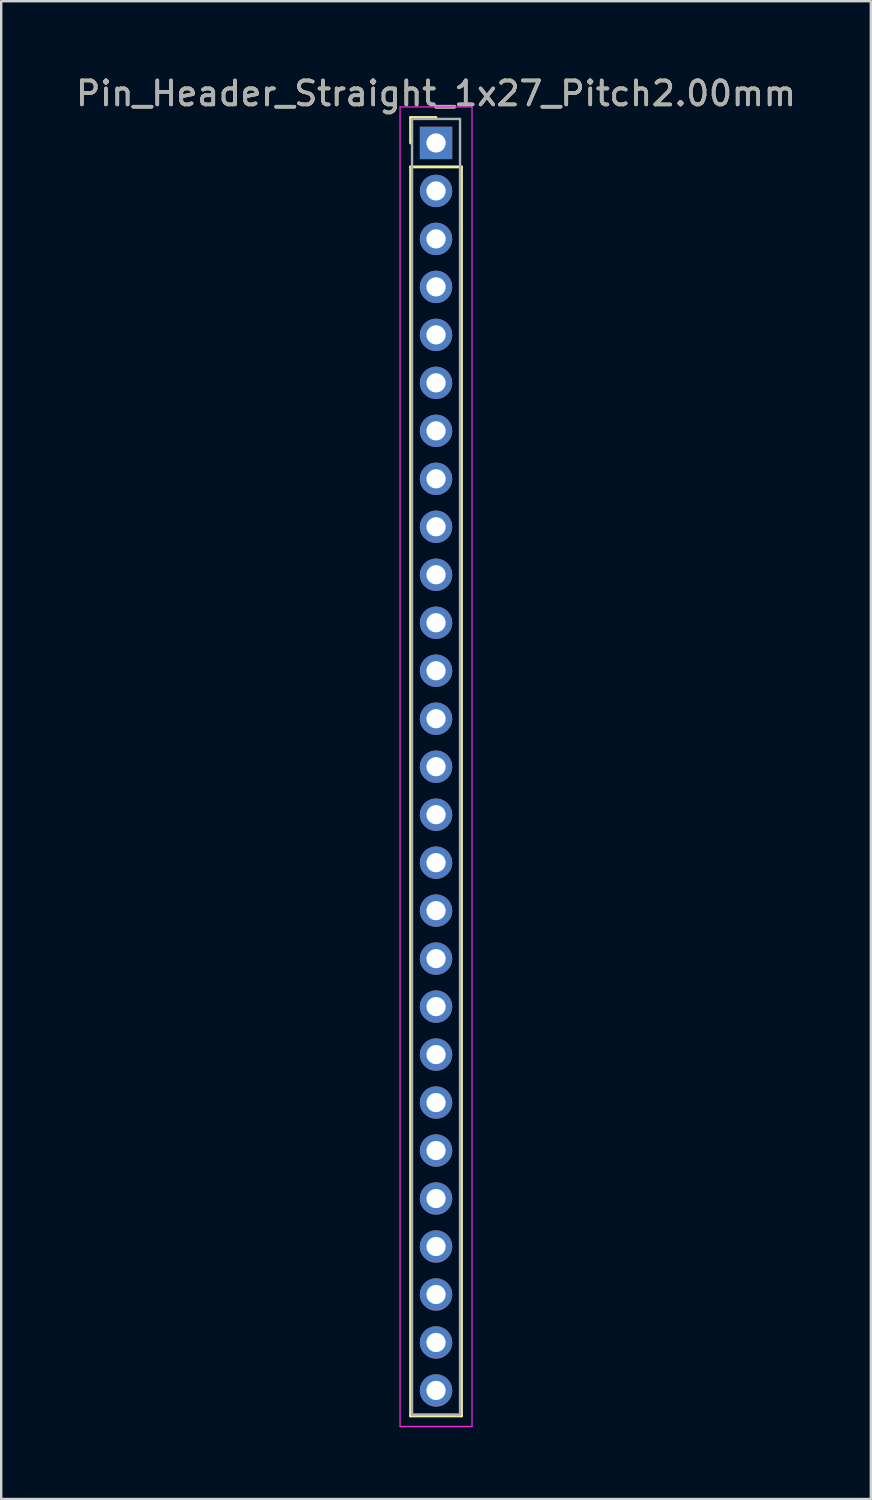
<source format=kicad_pcb>
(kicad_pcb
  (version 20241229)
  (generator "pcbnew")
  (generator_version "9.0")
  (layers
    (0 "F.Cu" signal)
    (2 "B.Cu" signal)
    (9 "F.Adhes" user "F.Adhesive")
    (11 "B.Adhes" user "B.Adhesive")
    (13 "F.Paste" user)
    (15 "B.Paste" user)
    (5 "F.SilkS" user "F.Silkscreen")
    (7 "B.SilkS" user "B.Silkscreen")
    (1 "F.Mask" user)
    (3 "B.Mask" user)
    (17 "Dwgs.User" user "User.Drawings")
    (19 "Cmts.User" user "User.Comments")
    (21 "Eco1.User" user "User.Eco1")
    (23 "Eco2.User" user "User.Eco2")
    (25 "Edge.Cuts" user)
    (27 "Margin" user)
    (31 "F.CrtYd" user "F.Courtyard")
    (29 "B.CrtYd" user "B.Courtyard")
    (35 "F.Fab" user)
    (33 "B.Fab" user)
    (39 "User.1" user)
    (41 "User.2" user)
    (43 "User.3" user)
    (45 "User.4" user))
  (footprint "Pin_Header_Straight_1x27_Pitch2.00mm"
    (layer "F.Cu")
    (at 15.125 2.908)
    (property "Reference" "Pin_Header_Straight_1x27_Pitch2.00mm" (at 0 -2.06 0) (layer "F.SilkS") (effects (font (size 1 1) (thickness 0.15))))
    (attr through_hole)
    (fp_line (start -1.06 -1.06) (end 0 -1.06) (stroke (width 0.12) (type solid)) (layer "F.SilkS"))
    (fp_line (start -1.06 0) (end -1.06 -1.06) (stroke (width 0.12) (type solid)) (layer "F.SilkS"))
    (fp_line (start -1.06 1) (end -1.06 53.06) (stroke (width 0.12) (type solid)) (layer "F.SilkS"))
    (fp_line (start -1.06 53.06) (end 1.06 53.06) (stroke (width 0.12) (type solid)) (layer "F.SilkS"))
    (fp_line (start 1.06 1) (end -1.06 1) (stroke (width 0.12) (type solid)) (layer "F.SilkS"))
    (fp_line (start 1.06 53.06) (end 1.06 1) (stroke (width 0.12) (type solid)) (layer "F.SilkS"))
    (fp_line (start -1.5 -1.5) (end -1.5 53.5) (stroke (width 0.05) (type solid)) (layer "F.CrtYd"))
    (fp_line (start -1.5 53.5) (end 1.5 53.5) (stroke (width 0.05) (type solid)) (layer "F.CrtYd"))
    (fp_line (start 1.5 -1.5) (end -1.5 -1.5) (stroke (width 0.05) (type solid)) (layer "F.CrtYd"))
    (fp_line (start 1.5 53.5) (end 1.5 -1.5) (stroke (width 0.05) (type solid)) (layer "F.CrtYd"))
    (fp_line (start -1 -1) (end -1 53) (stroke (width 0.1) (type solid)) (layer "F.Fab"))
    (fp_line (start -1 53) (end 1 53) (stroke (width 0.1) (type solid)) (layer "F.Fab"))
    (fp_line (start 1 -1) (end -1 -1) (stroke (width 0.1) (type solid)) (layer "F.Fab"))
    (fp_line (start 1 53) (end 1 -1) (stroke (width 0.1) (type solid)) (layer "F.Fab"))
    (fp_text user "${REFERENCE}" (at 0 -2.06 0) (layer "F.Fab") (effects (font (size 1 1) (thickness 0.15))))
    (pad "1" thru_hole rect (at 0 0) (size 1.35 1.35) (drill 0.8) (layers "*.Cu" "*.Mask"))
    (pad "2" thru_hole oval (at 0 2) (size 1.35 1.35) (drill 0.8) (layers "*.Cu" "*.Mask"))
    (pad "3" thru_hole oval (at 0 4) (size 1.35 1.35) (drill 0.8) (layers "*.Cu" "*.Mask"))
    (pad "4" thru_hole oval (at 0 6) (size 1.35 1.35) (drill 0.8) (layers "*.Cu" "*.Mask"))
    (pad "5" thru_hole oval (at 0 8) (size 1.35 1.35) (drill 0.8) (layers "*.Cu" "*.Mask"))
    (pad "6" thru_hole oval (at 0 10) (size 1.35 1.35) (drill 0.8) (layers "*.Cu" "*.Mask"))
    (pad "7" thru_hole oval (at 0 12) (size 1.35 1.35) (drill 0.8) (layers "*.Cu" "*.Mask"))
    (pad "8" thru_hole oval (at 0 14) (size 1.35 1.35) (drill 0.8) (layers "*.Cu" "*.Mask"))
    (pad "9" thru_hole oval (at 0 16) (size 1.35 1.35) (drill 0.8) (layers "*.Cu" "*.Mask"))
    (pad "10" thru_hole oval (at 0 18) (size 1.35 1.35) (drill 0.8) (layers "*.Cu" "*.Mask"))
    (pad "11" thru_hole oval (at 0 20) (size 1.35 1.35) (drill 0.8) (layers "*.Cu" "*.Mask"))
    (pad "12" thru_hole oval (at 0 22) (size 1.35 1.35) (drill 0.8) (layers "*.Cu" "*.Mask"))
    (pad "13" thru_hole oval (at 0 24) (size 1.35 1.35) (drill 0.8) (layers "*.Cu" "*.Mask"))
    (pad "14" thru_hole oval (at 0 26) (size 1.35 1.35) (drill 0.8) (layers "*.Cu" "*.Mask"))
    (pad "15" thru_hole oval (at 0 28) (size 1.35 1.35) (drill 0.8) (layers "*.Cu" "*.Mask"))
    (pad "16" thru_hole oval (at 0 30) (size 1.35 1.35) (drill 0.8) (layers "*.Cu" "*.Mask"))
    (pad "17" thru_hole oval (at 0 32) (size 1.35 1.35) (drill 0.8) (layers "*.Cu" "*.Mask"))
    (pad "18" thru_hole oval (at 0 34) (size 1.35 1.35) (drill 0.8) (layers "*.Cu" "*.Mask"))
    (pad "19" thru_hole oval (at 0 36) (size 1.35 1.35) (drill 0.8) (layers "*.Cu" "*.Mask"))
    (pad "20" thru_hole oval (at 0 38) (size 1.35 1.35) (drill 0.8) (layers "*.Cu" "*.Mask"))
    (pad "21" thru_hole oval (at 0 40) (size 1.35 1.35) (drill 0.8) (layers "*.Cu" "*.Mask"))
    (pad "22" thru_hole oval (at 0 42) (size 1.35 1.35) (drill 0.8) (layers "*.Cu" "*.Mask"))
    (pad "23" thru_hole oval (at 0 44) (size 1.35 1.35) (drill 0.8) (layers "*.Cu" "*.Mask"))
    (pad "24" thru_hole oval (at 0 46) (size 1.35 1.35) (drill 0.8) (layers "*.Cu" "*.Mask"))
    (pad "25" thru_hole oval (at 0 48) (size 1.35 1.35) (drill 0.8) (layers "*.Cu" "*.Mask"))
    (pad "26" thru_hole oval (at 0 50) (size 1.35 1.35) (drill 0.8) (layers "*.Cu" "*.Mask"))
    (pad "27" thru_hole oval (at 0 52) (size 1.35 1.35) (drill 0.8) (layers "*.Cu" "*.Mask")))
  (gr_rect
    (start -3 -3)
    (end 33.25 59.433)
    (stroke (width 0.1) (type default))
    (fill no)
    (layer "Edge.Cuts")))
</source>
